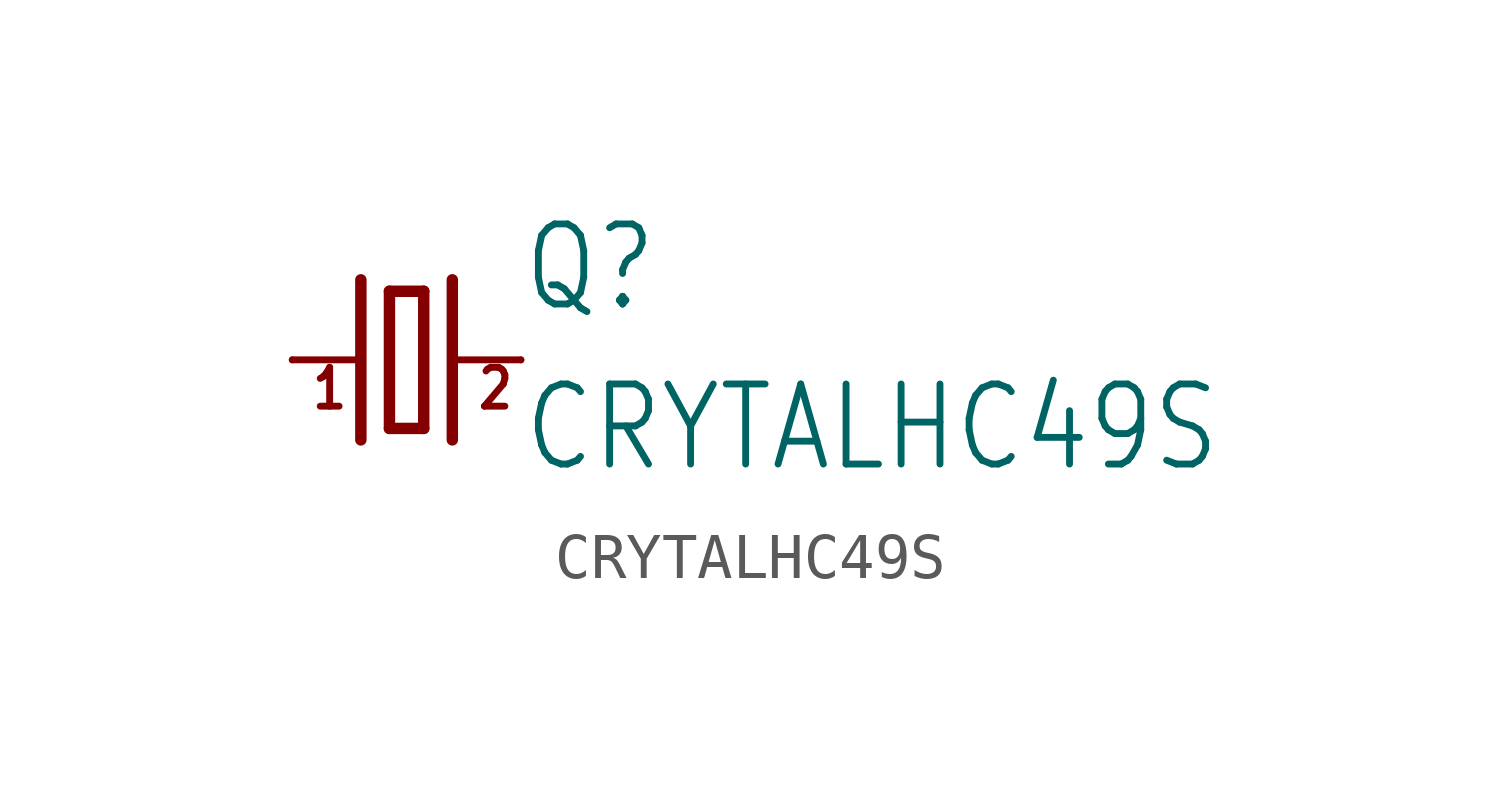
<source format=kicad_sym>
(kicad_symbol_lib
  (version 20211014)
  (generator kicad_symbol_editor)
  (symbol "CRYTALHC49S"
    (property "Reference" "Q"
      (at 2.54 1.016 0)
      (effects (font (size 1.778 1.511)) (justify left bottom)))
    (property "Value" "CRYTALHC49S"
      (at 2.54 -2.54 0)
      (effects (font (size 1.778 1.511)) (justify left bottom)))
    (property "ki_locked" ""
      (at 0 0 0)
      (effects (font (size 1.27 1.27))))
    (symbol "CRYTALHC49S_1_0"
      (polyline (pts (xy -2.54 0) (xy -1.016 0)) (stroke (width 0.152) (type default) (color 0 0 0 0)) (fill (type none)))
      (polyline (pts (xy -1.016 1.778) (xy -1.016 -1.778)) (stroke (width 0.254) (type default) (color 0 0 0 0)) (fill (type none)))
      (polyline (pts (xy -0.381 -1.524) (xy 0.381 -1.524)) (stroke (width 0.254) (type default) (color 0 0 0 0)) (fill (type none)))
      (polyline (pts (xy -0.381 1.524) (xy -0.381 -1.524)) (stroke (width 0.254) (type default) (color 0 0 0 0)) (fill (type none)))
      (polyline (pts (xy 0.381 -1.524) (xy 0.381 1.524)) (stroke (width 0.254) (type default) (color 0 0 0 0)) (fill (type none)))
      (polyline (pts (xy 0.381 1.524) (xy -0.381 1.524)) (stroke (width 0.254) (type default) (color 0 0 0 0)) (fill (type none)))
      (polyline (pts (xy 1.016 0) (xy 2.54 0)) (stroke (width 0.152) (type default) (color 0 0 0 0)) (fill (type none)))
      (polyline (pts (xy 1.016 1.778) (xy 1.016 -1.778)) (stroke (width 0.254) (type default) (color 0 0 0 0)) (fill (type none)))
      (text "1" (at -2.159 -1.143 0) (effects (font (size 0.864 0.734)) (justify left bottom)))
      (text "2" (at 1.524 -1.143 0) (effects (font (size 0.864 0.734)) (justify left bottom)))
      (pin passive line (at -2.54 0 0) (length 0) (name "1" (effects (font (size 0 0)))) (number "1" (effects (font (size 0 0)))))
      (pin passive line (at 2.54 0 180) (length 0) (name "2" (effects (font (size 0 0)))) (number "2" (effects (font (size 0 0))))))))
</source>
